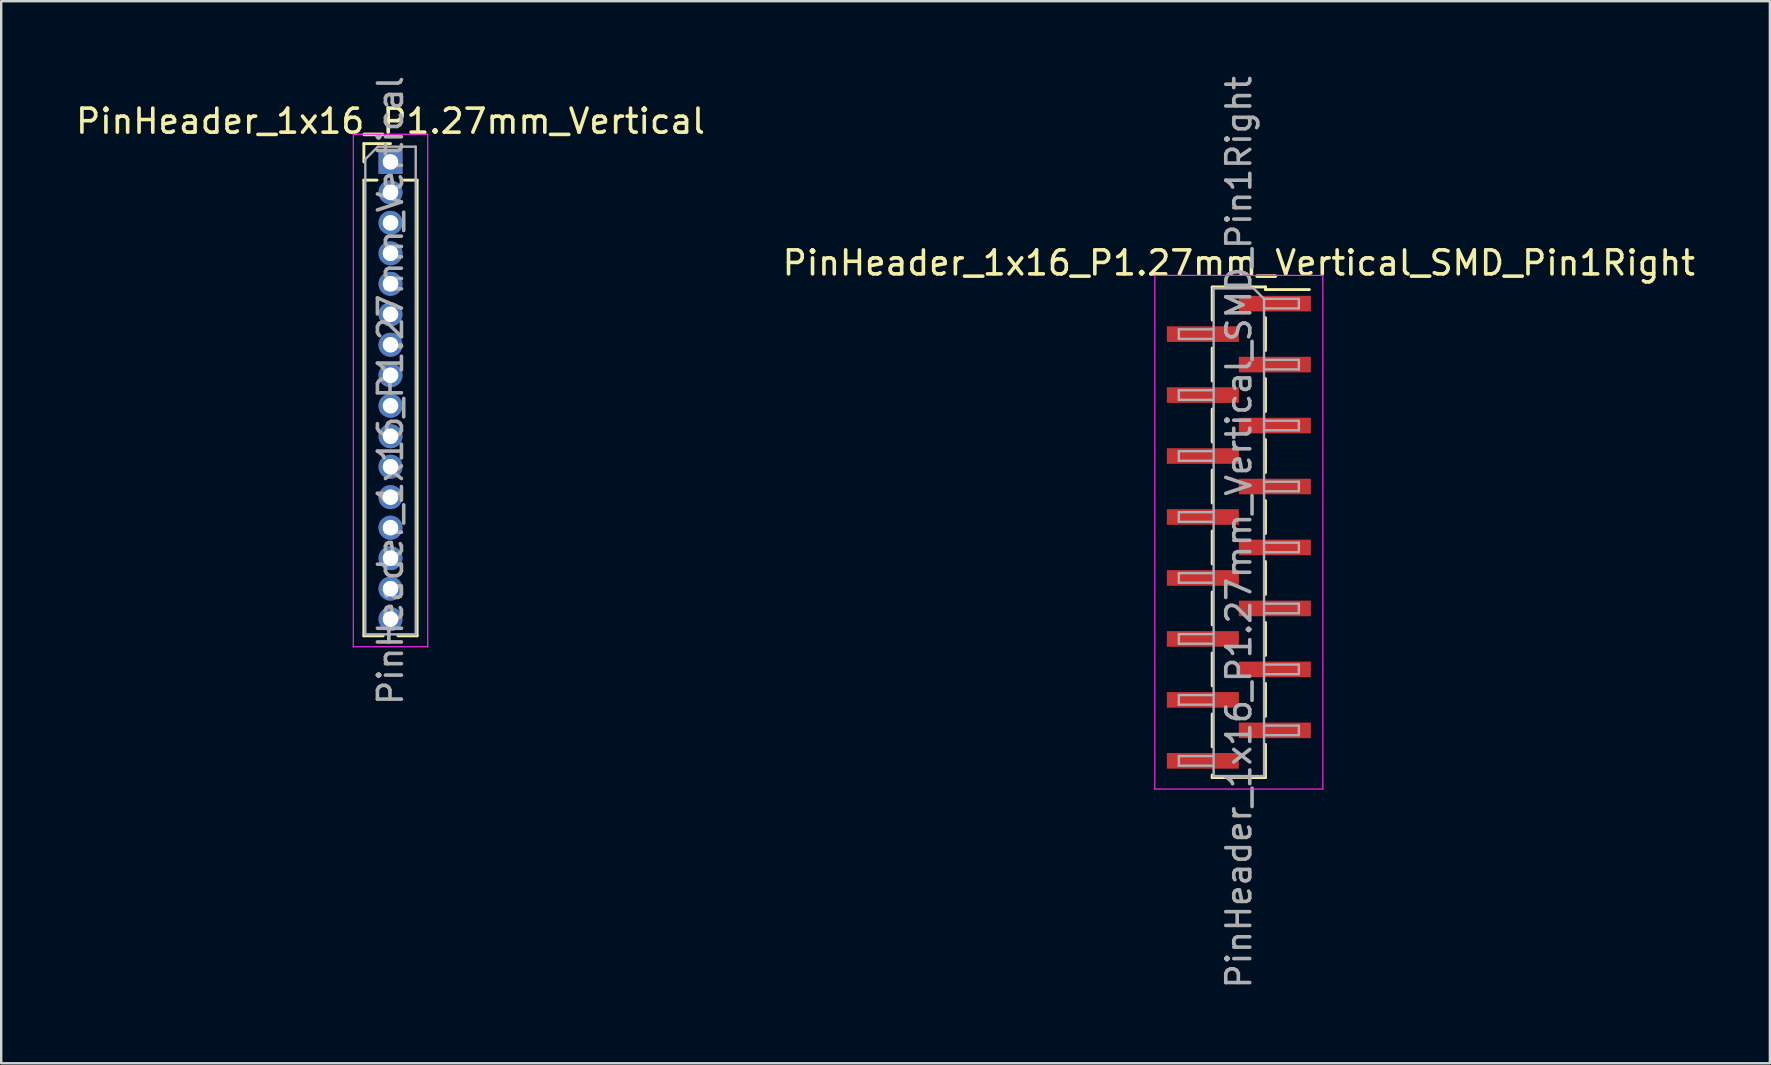
<source format=kicad_pcb>
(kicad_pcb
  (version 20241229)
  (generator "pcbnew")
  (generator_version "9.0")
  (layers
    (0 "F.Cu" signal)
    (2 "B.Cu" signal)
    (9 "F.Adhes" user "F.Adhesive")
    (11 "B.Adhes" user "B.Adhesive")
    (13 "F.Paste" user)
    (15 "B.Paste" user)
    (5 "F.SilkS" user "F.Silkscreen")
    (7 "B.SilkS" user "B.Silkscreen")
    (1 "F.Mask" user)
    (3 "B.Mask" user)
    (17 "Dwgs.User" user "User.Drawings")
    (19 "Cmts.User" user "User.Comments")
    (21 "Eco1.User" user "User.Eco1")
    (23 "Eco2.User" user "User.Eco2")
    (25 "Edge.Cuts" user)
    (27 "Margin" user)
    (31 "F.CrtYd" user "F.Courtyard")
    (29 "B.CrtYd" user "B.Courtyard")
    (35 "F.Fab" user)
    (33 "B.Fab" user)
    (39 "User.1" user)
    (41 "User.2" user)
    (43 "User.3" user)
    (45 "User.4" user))
  (footprint "PinHeader_1x16_P1.27mm_Vertical_SMD_Pin1Right"
    (layer "F.Cu")
    (at 48.565 19.125)
    (property "Reference" "PinHeader_1x16_P1.27mm_Vertical_SMD_Pin1Right" (at 0 -11.22 0) (layer "F.SilkS") (effects (font (size 1 1) (thickness 0.15))))
    (attr smd)
    (fp_line (start -1.11 -10.22) (end 1.11 -10.22) (stroke (width 0.12) (type solid)) (layer "F.SilkS"))
    (fp_line (start -1.11 -10.21) (end -1.11 -8.84) (stroke (width 0.12) (type solid)) (layer "F.SilkS"))
    (fp_line (start -1.11 -7.67) (end -1.11 -6.3) (stroke (width 0.12) (type solid)) (layer "F.SilkS"))
    (fp_line (start -1.11 -5.13) (end -1.11 -3.76) (stroke (width 0.12) (type solid)) (layer "F.SilkS"))
    (fp_line (start -1.11 -2.59) (end -1.11 -1.22) (stroke (width 0.12) (type solid)) (layer "F.SilkS"))
    (fp_line (start -1.11 -0.05) (end -1.11 1.32) (stroke (width 0.12) (type solid)) (layer "F.SilkS"))
    (fp_line (start -1.11 2.49) (end -1.11 3.86) (stroke (width 0.12) (type solid)) (layer "F.SilkS"))
    (fp_line (start -1.11 5.03) (end -1.11 6.4) (stroke (width 0.12) (type solid)) (layer "F.SilkS"))
    (fp_line (start -1.11 7.57) (end -1.11 8.94) (stroke (width 0.12) (type solid)) (layer "F.SilkS"))
    (fp_line (start -1.11 10.11) (end -1.11 10.22) (stroke (width 0.12) (type solid)) (layer "F.SilkS"))
    (fp_line (start -1.11 10.22) (end 1.11 10.22) (stroke (width 0.12) (type solid)) (layer "F.SilkS"))
    (fp_line (start 1.11 -10.22) (end 1.11 -10.11) (stroke (width 0.12) (type solid)) (layer "F.SilkS"))
    (fp_line (start 1.11 -10.11) (end 2.94 -10.11) (stroke (width 0.12) (type solid)) (layer "F.SilkS"))
    (fp_line (start 1.11 -8.94) (end 1.11 -7.57) (stroke (width 0.12) (type solid)) (layer "F.SilkS"))
    (fp_line (start 1.11 -6.4) (end 1.11 -5.03) (stroke (width 0.12) (type solid)) (layer "F.SilkS"))
    (fp_line (start 1.11 -3.86) (end 1.11 -2.49) (stroke (width 0.12) (type solid)) (layer "F.SilkS"))
    (fp_line (start 1.11 -1.32) (end 1.11 0.05) (stroke (width 0.12) (type solid)) (layer "F.SilkS"))
    (fp_line (start 1.11 1.22) (end 1.11 2.59) (stroke (width 0.12) (type solid)) (layer "F.SilkS"))
    (fp_line (start 1.11 3.76) (end 1.11 5.13) (stroke (width 0.12) (type solid)) (layer "F.SilkS"))
    (fp_line (start 1.11 6.3) (end 1.11 7.67) (stroke (width 0.12) (type solid)) (layer "F.SilkS"))
    (fp_line (start 1.11 8.84) (end 1.11 10.21) (stroke (width 0.12) (type solid)) (layer "F.SilkS"))
    (fp_line (start -3.5 -10.7) (end -3.5 10.7) (stroke (width 0.05) (type solid)) (layer "F.CrtYd"))
    (fp_line (start -3.5 10.7) (end 3.5 10.7) (stroke (width 0.05) (type solid)) (layer "F.CrtYd"))
    (fp_line (start 3.5 -10.7) (end -3.5 -10.7) (stroke (width 0.05) (type solid)) (layer "F.CrtYd"))
    (fp_line (start 3.5 10.7) (end 3.5 -10.7) (stroke (width 0.05) (type solid)) (layer "F.CrtYd"))
    (fp_line (start -2.5 -8.455) (end -2.5 -8.055) (stroke (width 0.1) (type solid)) (layer "F.Fab"))
    (fp_line (start -2.5 -8.055) (end -1.05 -8.055) (stroke (width 0.1) (type solid)) (layer "F.Fab"))
    (fp_line (start -2.5 -5.915) (end -2.5 -5.515) (stroke (width 0.1) (type solid)) (layer "F.Fab"))
    (fp_line (start -2.5 -5.515) (end -1.05 -5.515) (stroke (width 0.1) (type solid)) (layer "F.Fab"))
    (fp_line (start -2.5 -3.375) (end -2.5 -2.975) (stroke (width 0.1) (type solid)) (layer "F.Fab"))
    (fp_line (start -2.5 -2.975) (end -1.05 -2.975) (stroke (width 0.1) (type solid)) (layer "F.Fab"))
    (fp_line (start -2.5 -0.835) (end -2.5 -0.435) (stroke (width 0.1) (type solid)) (layer "F.Fab"))
    (fp_line (start -2.5 -0.435) (end -1.05 -0.435) (stroke (width 0.1) (type solid)) (layer "F.Fab"))
    (fp_line (start -2.5 1.705) (end -2.5 2.105) (stroke (width 0.1) (type solid)) (layer "F.Fab"))
    (fp_line (start -2.5 2.105) (end -1.05 2.105) (stroke (width 0.1) (type solid)) (layer "F.Fab"))
    (fp_line (start -2.5 4.245) (end -2.5 4.645) (stroke (width 0.1) (type solid)) (layer "F.Fab"))
    (fp_line (start -2.5 4.645) (end -1.05 4.645) (stroke (width 0.1) (type solid)) (layer "F.Fab"))
    (fp_line (start -2.5 6.785) (end -2.5 7.185) (stroke (width 0.1) (type solid)) (layer "F.Fab"))
    (fp_line (start -2.5 7.185) (end -1.05 7.185) (stroke (width 0.1) (type solid)) (layer "F.Fab"))
    (fp_line (start -2.5 9.325) (end -2.5 9.725) (stroke (width 0.1) (type solid)) (layer "F.Fab"))
    (fp_line (start -2.5 9.725) (end -1.05 9.725) (stroke (width 0.1) (type solid)) (layer "F.Fab"))
    (fp_line (start -1.05 -10.16) (end -1.05 10.16) (stroke (width 0.1) (type solid)) (layer "F.Fab"))
    (fp_line (start -1.05 -10.16) (end 0.615 -10.16) (stroke (width 0.1) (type solid)) (layer "F.Fab"))
    (fp_line (start -1.05 -8.455) (end -2.5 -8.455) (stroke (width 0.1) (type solid)) (layer "F.Fab"))
    (fp_line (start -1.05 -5.915) (end -2.5 -5.915) (stroke (width 0.1) (type solid)) (layer "F.Fab"))
    (fp_line (start -1.05 -3.375) (end -2.5 -3.375) (stroke (width 0.1) (type solid)) (layer "F.Fab"))
    (fp_line (start -1.05 -0.835) (end -2.5 -0.835) (stroke (width 0.1) (type solid)) (layer "F.Fab"))
    (fp_line (start -1.05 1.705) (end -2.5 1.705) (stroke (width 0.1) (type solid)) (layer "F.Fab"))
    (fp_line (start -1.05 4.245) (end -2.5 4.245) (stroke (width 0.1) (type solid)) (layer "F.Fab"))
    (fp_line (start -1.05 6.785) (end -2.5 6.785) (stroke (width 0.1) (type solid)) (layer "F.Fab"))
    (fp_line (start -1.05 9.325) (end -2.5 9.325) (stroke (width 0.1) (type solid)) (layer "F.Fab"))
    (fp_line (start 1.05 -9.725) (end 0.615 -10.16) (stroke (width 0.1) (type solid)) (layer "F.Fab"))
    (fp_line (start 1.05 -9.725) (end 2.5 -9.725) (stroke (width 0.1) (type solid)) (layer "F.Fab"))
    (fp_line (start 1.05 -7.185) (end 2.5 -7.185) (stroke (width 0.1) (type solid)) (layer "F.Fab"))
    (fp_line (start 1.05 -4.645) (end 2.5 -4.645) (stroke (width 0.1) (type solid)) (layer "F.Fab"))
    (fp_line (start 1.05 -2.105) (end 2.5 -2.105) (stroke (width 0.1) (type solid)) (layer "F.Fab"))
    (fp_line (start 1.05 0.435) (end 2.5 0.435) (stroke (width 0.1) (type solid)) (layer "F.Fab"))
    (fp_line (start 1.05 2.975) (end 2.5 2.975) (stroke (width 0.1) (type solid)) (layer "F.Fab"))
    (fp_line (start 1.05 5.515) (end 2.5 5.515) (stroke (width 0.1) (type solid)) (layer "F.Fab"))
    (fp_line (start 1.05 8.055) (end 2.5 8.055) (stroke (width 0.1) (type solid)) (layer "F.Fab"))
    (fp_line (start 1.05 10.16) (end -1.05 10.16) (stroke (width 0.1) (type solid)) (layer "F.Fab"))
    (fp_line (start 1.05 10.16) (end 1.05 -9.725) (stroke (width 0.1) (type solid)) (layer "F.Fab"))
    (fp_line (start 2.5 -9.725) (end 2.5 -9.325) (stroke (width 0.1) (type solid)) (layer "F.Fab"))
    (fp_line (start 2.5 -9.325) (end 1.05 -9.325) (stroke (width 0.1) (type solid)) (layer "F.Fab"))
    (fp_line (start 2.5 -7.185) (end 2.5 -6.785) (stroke (width 0.1) (type solid)) (layer "F.Fab"))
    (fp_line (start 2.5 -6.785) (end 1.05 -6.785) (stroke (width 0.1) (type solid)) (layer "F.Fab"))
    (fp_line (start 2.5 -4.645) (end 2.5 -4.245) (stroke (width 0.1) (type solid)) (layer "F.Fab"))
    (fp_line (start 2.5 -4.245) (end 1.05 -4.245) (stroke (width 0.1) (type solid)) (layer "F.Fab"))
    (fp_line (start 2.5 -2.105) (end 2.5 -1.705) (stroke (width 0.1) (type solid)) (layer "F.Fab"))
    (fp_line (start 2.5 -1.705) (end 1.05 -1.705) (stroke (width 0.1) (type solid)) (layer "F.Fab"))
    (fp_line (start 2.5 0.435) (end 2.5 0.835) (stroke (width 0.1) (type solid)) (layer "F.Fab"))
    (fp_line (start 2.5 0.835) (end 1.05 0.835) (stroke (width 0.1) (type solid)) (layer "F.Fab"))
    (fp_line (start 2.5 2.975) (end 2.5 3.375) (stroke (width 0.1) (type solid)) (layer "F.Fab"))
    (fp_line (start 2.5 3.375) (end 1.05 3.375) (stroke (width 0.1) (type solid)) (layer "F.Fab"))
    (fp_line (start 2.5 5.515) (end 2.5 5.915) (stroke (width 0.1) (type solid)) (layer "F.Fab"))
    (fp_line (start 2.5 5.915) (end 1.05 5.915) (stroke (width 0.1) (type solid)) (layer "F.Fab"))
    (fp_line (start 2.5 8.055) (end 2.5 8.455) (stroke (width 0.1) (type solid)) (layer "F.Fab"))
    (fp_line (start 2.5 8.455) (end 1.05 8.455) (stroke (width 0.1) (type solid)) (layer "F.Fab"))
    (fp_text user "${REFERENCE}" (at 0 0 90) (layer "F.Fab") (effects (font (size 1 1) (thickness 0.15))))
    (pad "1" smd rect (at 1.5 -9.525) (size 3 0.65) (layers "F.Cu" "F.Mask" "F.Paste"))
    (pad "2" smd rect (at -1.5 -8.255) (size 3 0.65) (layers "F.Cu" "F.Mask" "F.Paste"))
    (pad "3" smd rect (at 1.5 -6.985) (size 3 0.65) (layers "F.Cu" "F.Mask" "F.Paste"))
    (pad "4" smd rect (at -1.5 -5.715) (size 3 0.65) (layers "F.Cu" "F.Mask" "F.Paste"))
    (pad "5" smd rect (at 1.5 -4.445) (size 3 0.65) (layers "F.Cu" "F.Mask" "F.Paste"))
    (pad "6" smd rect (at -1.5 -3.175) (size 3 0.65) (layers "F.Cu" "F.Mask" "F.Paste"))
    (pad "7" smd rect (at 1.5 -1.905) (size 3 0.65) (layers "F.Cu" "F.Mask" "F.Paste"))
    (pad "8" smd rect (at -1.5 -0.635) (size 3 0.65) (layers "F.Cu" "F.Mask" "F.Paste"))
    (pad "9" smd rect (at 1.5 0.635) (size 3 0.65) (layers "F.Cu" "F.Mask" "F.Paste"))
    (pad "10" smd rect (at -1.5 1.905) (size 3 0.65) (layers "F.Cu" "F.Mask" "F.Paste"))
    (pad "11" smd rect (at 1.5 3.175) (size 3 0.65) (layers "F.Cu" "F.Mask" "F.Paste"))
    (pad "12" smd rect (at -1.5 4.445) (size 3 0.65) (layers "F.Cu" "F.Mask" "F.Paste"))
    (pad "13" smd rect (at 1.5 5.715) (size 3 0.65) (layers "F.Cu" "F.Mask" "F.Paste"))
    (pad "14" smd rect (at -1.5 6.985) (size 3 0.65) (layers "F.Cu" "F.Mask" "F.Paste"))
    (pad "15" smd rect (at 1.5 8.255) (size 3 0.65) (layers "F.Cu" "F.Mask" "F.Paste"))
    (pad "16" smd rect (at -1.5 9.525) (size 3 0.65) (layers "F.Cu" "F.Mask" "F.Paste")))
  (footprint "PinHeader_1x16_P1.27mm_Vertical"
    (layer "F.Cu")
    (at 13.22 3.695)
    (property "Reference" "PinHeader_1x16_P1.27mm_Vertical" (at 0 -1.695 0) (layer "F.SilkS") (effects (font (size 1 1) (thickness 0.15))))
    (attr through_hole)
    (fp_line (start -1.11 -0.76) (end 0 -0.76) (stroke (width 0.12) (type solid)) (layer "F.SilkS"))
    (fp_line (start -1.11 0) (end -1.11 -0.76) (stroke (width 0.12) (type solid)) (layer "F.SilkS"))
    (fp_line (start -1.11 0.76) (end -1.11 19.745) (stroke (width 0.12) (type solid)) (layer "F.SilkS"))
    (fp_line (start -1.11 0.76) (end -0.563 0.76) (stroke (width 0.12) (type solid)) (layer "F.SilkS"))
    (fp_line (start -1.11 19.745) (end -0.308 19.745) (stroke (width 0.12) (type solid)) (layer "F.SilkS"))
    (fp_line (start 0.308 19.745) (end 1.11 19.745) (stroke (width 0.12) (type solid)) (layer "F.SilkS"))
    (fp_line (start 0.563 0.76) (end 1.11 0.76) (stroke (width 0.12) (type solid)) (layer "F.SilkS"))
    (fp_line (start 1.11 0.76) (end 1.11 19.745) (stroke (width 0.12) (type solid)) (layer "F.SilkS"))
    (fp_line (start -1.55 -1.15) (end -1.55 20.2) (stroke (width 0.05) (type solid)) (layer "F.CrtYd"))
    (fp_line (start -1.55 20.2) (end 1.55 20.2) (stroke (width 0.05) (type solid)) (layer "F.CrtYd"))
    (fp_line (start 1.55 -1.15) (end -1.55 -1.15) (stroke (width 0.05) (type solid)) (layer "F.CrtYd"))
    (fp_line (start 1.55 20.2) (end 1.55 -1.15) (stroke (width 0.05) (type solid)) (layer "F.CrtYd"))
    (fp_line (start -1.05 -0.11) (end -0.525 -0.635) (stroke (width 0.1) (type solid)) (layer "F.Fab"))
    (fp_line (start -1.05 19.685) (end -1.05 -0.11) (stroke (width 0.1) (type solid)) (layer "F.Fab"))
    (fp_line (start -0.525 -0.635) (end 1.05 -0.635) (stroke (width 0.1) (type solid)) (layer "F.Fab"))
    (fp_line (start 1.05 -0.635) (end 1.05 19.685) (stroke (width 0.1) (type solid)) (layer "F.Fab"))
    (fp_line (start 1.05 19.685) (end -1.05 19.685) (stroke (width 0.1) (type solid)) (layer "F.Fab"))
    (fp_text user "${REFERENCE}" (at 0 9.525 90) (layer "F.Fab") (effects (font (size 1 1) (thickness 0.15))))
    (pad "1" thru_hole rect (at 0 0) (size 1 1) (drill 0.65) (layers "*.Cu" "*.Mask"))
    (pad "2" thru_hole oval (at 0 1.27) (size 1 1) (drill 0.65) (layers "*.Cu" "*.Mask"))
    (pad "3" thru_hole oval (at 0 2.54) (size 1 1) (drill 0.65) (layers "*.Cu" "*.Mask"))
    (pad "4" thru_hole oval (at 0 3.81) (size 1 1) (drill 0.65) (layers "*.Cu" "*.Mask"))
    (pad "5" thru_hole oval (at 0 5.08) (size 1 1) (drill 0.65) (layers "*.Cu" "*.Mask"))
    (pad "6" thru_hole oval (at 0 6.35) (size 1 1) (drill 0.65) (layers "*.Cu" "*.Mask"))
    (pad "7" thru_hole oval (at 0 7.62) (size 1 1) (drill 0.65) (layers "*.Cu" "*.Mask"))
    (pad "8" thru_hole oval (at 0 8.89) (size 1 1) (drill 0.65) (layers "*.Cu" "*.Mask"))
    (pad "9" thru_hole oval (at 0 10.16) (size 1 1) (drill 0.65) (layers "*.Cu" "*.Mask"))
    (pad "10" thru_hole oval (at 0 11.43) (size 1 1) (drill 0.65) (layers "*.Cu" "*.Mask"))
    (pad "11" thru_hole oval (at 0 12.7) (size 1 1) (drill 0.65) (layers "*.Cu" "*.Mask"))
    (pad "12" thru_hole oval (at 0 13.97) (size 1 1) (drill 0.65) (layers "*.Cu" "*.Mask"))
    (pad "13" thru_hole oval (at 0 15.24) (size 1 1) (drill 0.65) (layers "*.Cu" "*.Mask"))
    (pad "14" thru_hole oval (at 0 16.51) (size 1 1) (drill 0.65) (layers "*.Cu" "*.Mask"))
    (pad "15" thru_hole oval (at 0 17.78) (size 1 1) (drill 0.65) (layers "*.Cu" "*.Mask"))
    (pad "16" thru_hole oval (at 0 19.05) (size 1 1) (drill 0.65) (layers "*.Cu" "*.Mask")))
  (gr_rect
    (start -3 -3)
    (end 70.69 41.25)
    (stroke (width 0.1) (type default))
    (fill no)
    (layer "Edge.Cuts")))
</source>
